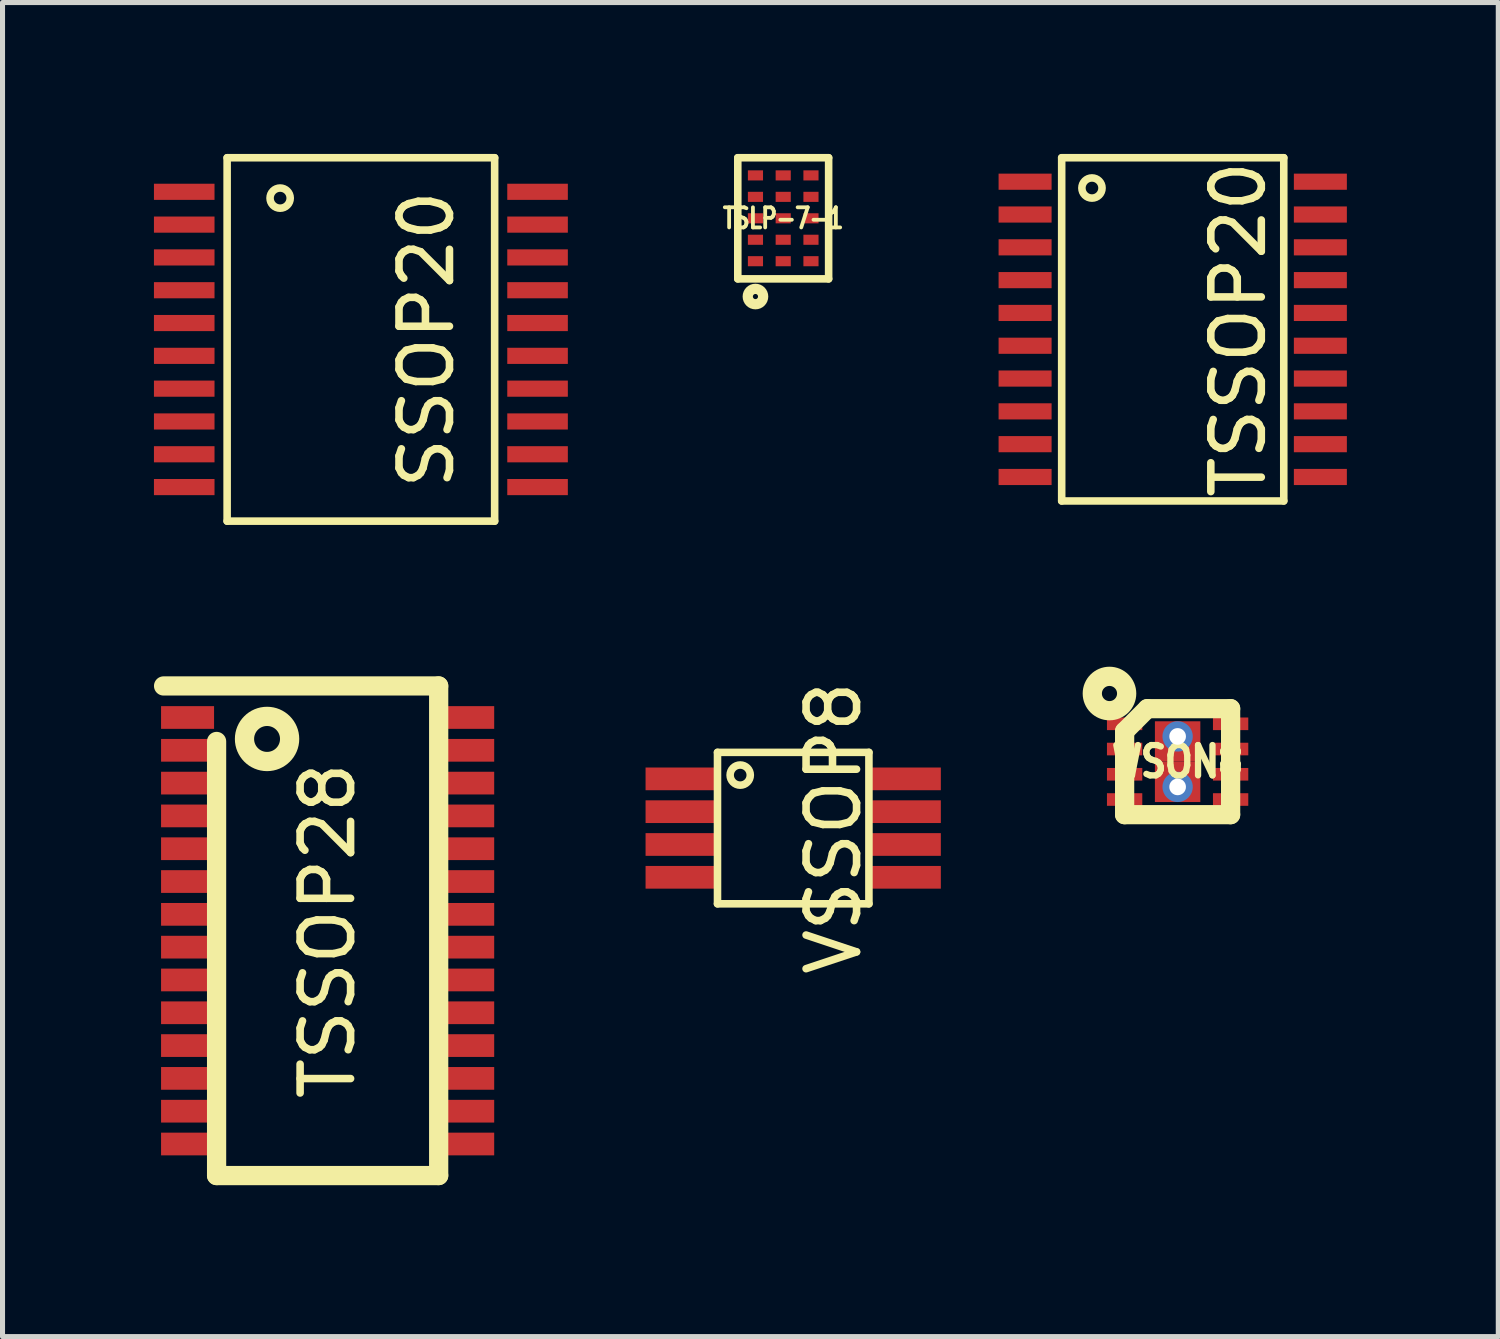
<source format=kicad_pcb>
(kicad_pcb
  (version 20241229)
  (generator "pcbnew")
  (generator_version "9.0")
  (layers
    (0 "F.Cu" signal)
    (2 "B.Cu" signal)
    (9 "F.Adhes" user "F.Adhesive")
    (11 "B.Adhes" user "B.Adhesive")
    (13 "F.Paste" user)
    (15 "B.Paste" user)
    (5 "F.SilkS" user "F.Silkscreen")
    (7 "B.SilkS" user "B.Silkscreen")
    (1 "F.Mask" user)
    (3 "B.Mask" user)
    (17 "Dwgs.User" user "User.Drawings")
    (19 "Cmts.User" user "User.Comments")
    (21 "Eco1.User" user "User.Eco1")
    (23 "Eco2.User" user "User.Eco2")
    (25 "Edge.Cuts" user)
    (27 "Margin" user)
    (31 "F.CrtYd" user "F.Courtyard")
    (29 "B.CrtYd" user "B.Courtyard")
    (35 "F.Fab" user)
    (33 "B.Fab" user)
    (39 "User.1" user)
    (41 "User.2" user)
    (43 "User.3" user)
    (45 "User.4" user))
  (footprint "WSON8"
    (layer "F.Cu")
    (at 20.281 12.04)
    (property "Reference" "WSON8" (at 0 0 0) (layer "F.SilkS") (effects (font (size 0.6 0.5) (thickness 0.125))))
    (attr through_hole)
    (fp_line (start -1.05 -0.6) (end -0.6 -1.05) (stroke (width 0.381) (type solid)) (layer "F.SilkS"))
    (fp_line (start -1.05 1.05) (end -1.05 -0.6) (stroke (width 0.381) (type solid)) (layer "F.SilkS"))
    (fp_line (start -0.6 -1.05) (end 1.05 -1.05) (stroke (width 0.381) (type solid)) (layer "F.SilkS"))
    (fp_line (start 1.05 -1.05) (end 1.05 1.05) (stroke (width 0.381) (type solid)) (layer "F.SilkS"))
    (fp_line (start 1.05 1.05) (end -1.05 1.05) (stroke (width 0.381) (type solid)) (layer "F.SilkS"))
    (fp_circle (center -1.35 -1.35) (end -1.2 -1.35) (stroke (width 0.381) (type solid)) (fill no) (layer "F.SilkS"))
    (pad "0" thru_hole circle (at 0 -0.5) (size 0.6 0.6) (drill 0.33) (layers "*.Cu" "*.Mask"))
    (pad "0" smd rect (at 0 -0.4) (size 0.9 0.8) (layers "F.Cu" "F.Mask" "F.Paste"))
    (pad "0" smd rect (at 0 0.4) (size 0.9 0.8) (layers "F.Cu" "F.Mask" "F.Paste"))
    (pad "0" thru_hole circle (at 0 0.5) (size 0.6 0.6) (drill 0.33) (layers "*.Cu" "*.Mask"))
    (pad "1" smd rect (at -1.05 -0.75) (size 0.7 0.25) (layers "F.Cu" "F.Mask" "F.Paste"))
    (pad "2" smd rect (at -1.05 -0.25) (size 0.7 0.25) (layers "F.Cu" "F.Mask" "F.Paste"))
    (pad "3" smd rect (at -1.05 0.25) (size 0.7 0.25) (layers "F.Cu" "F.Mask" "F.Paste"))
    (pad "4" smd rect (at -1.05 0.75) (size 0.7 0.25) (layers "F.Cu" "F.Mask" "F.Paste"))
    (pad "5" smd rect (at 1.05 0.75) (size 0.7 0.25) (layers "F.Cu" "F.Mask" "F.Paste"))
    (pad "6" smd rect (at 1.05 0.25) (size 0.7 0.25) (layers "F.Cu" "F.Mask" "F.Paste"))
    (pad "7" smd rect (at 1.05 -0.25) (size 0.7 0.25) (layers "F.Cu" "F.Mask" "F.Paste"))
    (pad "8" smd rect (at 1.05 -0.75) (size 0.7 0.25) (layers "F.Cu" "F.Mask" "F.Paste")))
  (footprint "TSSOP28"
    (layer "F.Cu")
    (at 3.441 15.39)
    (property "Reference" "TSSOP28" (at 0 0 90) (layer "F.SilkS") (effects (font (size 1 1) (thickness 0.15))))
    (attr through_hole)
    (fp_line (start -2.2 4.85) (end -2.2 -3.75) (stroke (width 0.381) (type solid)) (layer "F.SilkS"))
    (fp_line (start 2.2 -4.85) (end -3.25 -4.85) (stroke (width 0.381) (type solid)) (layer "F.SilkS"))
    (fp_line (start 2.2 -4.85) (end 2.2 4.85) (stroke (width 0.381) (type solid)) (layer "F.SilkS"))
    (fp_line (start 2.2 4.85) (end -2.2 4.85) (stroke (width 0.381) (type solid)) (layer "F.SilkS"))
    (fp_circle (center -1.2 -3.8) (end -0.8 -3.6) (stroke (width 0.381) (type solid)) (fill no) (layer "F.SilkS"))
    (pad "1" smd rect (at -2.775 -4.225) (size 1.05 0.45) (layers "F.Cu" "F.Mask" "F.Paste"))
    (pad "2" smd rect (at -2.775 -3.575) (size 1.05 0.45) (layers "F.Cu" "F.Mask" "F.Paste"))
    (pad "3" smd rect (at -2.775 -2.925) (size 1.05 0.45) (layers "F.Cu" "F.Mask" "F.Paste"))
    (pad "4" smd rect (at -2.775 -2.275) (size 1.05 0.45) (layers "F.Cu" "F.Mask" "F.Paste"))
    (pad "5" smd rect (at -2.775 -1.625) (size 1.05 0.45) (layers "F.Cu" "F.Mask" "F.Paste"))
    (pad "6" smd rect (at -2.775 -0.975) (size 1.05 0.45) (layers "F.Cu" "F.Mask" "F.Paste"))
    (pad "7" smd rect (at -2.775 -0.325) (size 1.05 0.45) (layers "F.Cu" "F.Mask" "F.Paste"))
    (pad "8" smd rect (at -2.775 0.325) (size 1.05 0.45) (layers "F.Cu" "F.Mask" "F.Paste"))
    (pad "9" smd rect (at -2.775 0.975) (size 1.05 0.45) (layers "F.Cu" "F.Mask" "F.Paste"))
    (pad "10" smd rect (at -2.775 1.625) (size 1.05 0.45) (layers "F.Cu" "F.Mask" "F.Paste"))
    (pad "11" smd rect (at -2.775 2.275) (size 1.05 0.45) (layers "F.Cu" "F.Mask" "F.Paste"))
    (pad "12" smd rect (at -2.775 2.925) (size 1.05 0.45) (layers "F.Cu" "F.Mask" "F.Paste"))
    (pad "13" smd rect (at -2.775 3.575) (size 1.05 0.45) (layers "F.Cu" "F.Mask" "F.Paste"))
    (pad "14" smd rect (at -2.775 4.225) (size 1.05 0.45) (layers "F.Cu" "F.Mask" "F.Paste"))
    (pad "15" smd rect (at 2.775 4.225) (size 1.05 0.45) (layers "F.Cu" "F.Mask" "F.Paste"))
    (pad "16" smd rect (at 2.775 3.575) (size 1.05 0.45) (layers "F.Cu" "F.Mask" "F.Paste"))
    (pad "17" smd rect (at 2.775 2.925) (size 1.05 0.45) (layers "F.Cu" "F.Mask" "F.Paste"))
    (pad "18" smd rect (at 2.775 2.275) (size 1.05 0.45) (layers "F.Cu" "F.Mask" "F.Paste"))
    (pad "19" smd rect (at 2.775 1.625) (size 1.05 0.45) (layers "F.Cu" "F.Mask" "F.Paste"))
    (pad "20" smd rect (at 2.775 0.975) (size 1.05 0.45) (layers "F.Cu" "F.Mask" "F.Paste"))
    (pad "21" smd rect (at 2.775 0.325) (size 1.05 0.45) (layers "F.Cu" "F.Mask" "F.Paste"))
    (pad "22" smd rect (at 2.775 -0.325) (size 1.05 0.45) (layers "F.Cu" "F.Mask" "F.Paste"))
    (pad "23" smd rect (at 2.775 -0.975) (size 1.05 0.45) (layers "F.Cu" "F.Mask" "F.Paste"))
    (pad "24" smd rect (at 2.775 -1.625) (size 1.05 0.45) (layers "F.Cu" "F.Mask" "F.Paste"))
    (pad "25" smd rect (at 2.775 -2.275) (size 1.05 0.45) (layers "F.Cu" "F.Mask" "F.Paste"))
    (pad "26" smd rect (at 2.775 -2.925) (size 1.05 0.45) (layers "F.Cu" "F.Mask" "F.Paste"))
    (pad "27" smd rect (at 2.775 -3.575) (size 1.05 0.45) (layers "F.Cu" "F.Mask" "F.Paste"))
    (pad "28" smd rect (at 2.775 -4.225) (size 1.05 0.45) (layers "F.Cu" "F.Mask" "F.Paste")))
  (footprint "VSSOP8"
    (layer "F.Cu")
    (at 12.665 13.356)
    (property "Reference" "VSSOP8" (at 0.8 0 90) (layer "F.SilkS") (effects (font (size 1 1) (thickness 0.15))))
    (attr through_hole)
    (fp_line (start -1.5 -1.5) (end 1.5 -1.5) (stroke (width 0.15) (type solid)) (layer "F.SilkS"))
    (fp_line (start -1.5 1.5) (end -1.5 -1.5) (stroke (width 0.15) (type solid)) (layer "F.SilkS"))
    (fp_line (start 1.5 -1.5) (end 1.5 1.5) (stroke (width 0.15) (type solid)) (layer "F.SilkS"))
    (fp_line (start 1.5 1.5) (end -1.5 1.5) (stroke (width 0.15) (type solid)) (layer "F.SilkS"))
    (fp_circle (center -1.05 -1.05) (end -1.05 -1.25) (stroke (width 0.15) (type solid)) (fill no) (layer "F.SilkS"))
    (pad "1" smd rect (at -2.2 -0.975) (size 1.45 0.45) (layers "F.Cu" "F.Mask" "F.Paste"))
    (pad "2" smd rect (at -2.2 -0.325) (size 1.45 0.45) (layers "F.Cu" "F.Mask" "F.Paste"))
    (pad "3" smd rect (at -2.2 0.325) (size 1.45 0.45) (layers "F.Cu" "F.Mask" "F.Paste"))
    (pad "4" smd rect (at -2.2 0.975) (size 1.45 0.45) (layers "F.Cu" "F.Mask" "F.Paste"))
    (pad "5" smd rect (at 2.2 -0.975) (size 1.45 0.45) (layers "F.Cu" "F.Mask" "F.Paste"))
    (pad "6" smd rect (at 2.2 -0.325) (size 1.45 0.45) (layers "F.Cu" "F.Mask" "F.Paste"))
    (pad "7" smd rect (at 2.2 0.325) (size 1.45 0.45) (layers "F.Cu" "F.Mask" "F.Paste"))
    (pad "8" smd rect (at 2.2 0.975) (size 1.45 0.45) (layers "F.Cu" "F.Mask" "F.Paste")))
  (footprint "TSSOP20"
    (layer "F.Cu")
    (at 20.184 3.475)
    (property "Reference" "TSSOP20" (at 1.3 0 90) (layer "F.SilkS") (effects (font (size 1 1) (thickness 0.15))))
    (attr through_hole)
    (fp_line (start -2.2 -3.4) (end 2.2 -3.4) (stroke (width 0.15) (type solid)) (layer "F.SilkS"))
    (fp_line (start -2.2 3.4) (end -2.2 -3.4) (stroke (width 0.15) (type solid)) (layer "F.SilkS"))
    (fp_line (start 2.2 -3.4) (end 2.2 3.4) (stroke (width 0.15) (type solid)) (layer "F.SilkS"))
    (fp_line (start 2.2 3.4) (end -2.2 3.4) (stroke (width 0.15) (type solid)) (layer "F.SilkS"))
    (fp_circle (center -1.6 -2.8) (end -1.6 -3) (stroke (width 0.15) (type solid)) (fill no) (layer "F.SilkS"))
    (pad "1" smd rect (at -2.925 -2.925) (size 1.05 0.32) (layers "F.Cu" "F.Mask" "F.Paste"))
    (pad "2" smd rect (at -2.925 -2.275) (size 1.05 0.32) (layers "F.Cu" "F.Mask" "F.Paste"))
    (pad "3" smd rect (at -2.925 -1.625) (size 1.05 0.32) (layers "F.Cu" "F.Mask" "F.Paste"))
    (pad "4" smd rect (at -2.925 -0.975) (size 1.05 0.32) (layers "F.Cu" "F.Mask" "F.Paste"))
    (pad "5" smd rect (at -2.925 -0.325) (size 1.05 0.32) (layers "F.Cu" "F.Mask" "F.Paste"))
    (pad "6" smd rect (at -2.925 0.325) (size 1.05 0.32) (layers "F.Cu" "F.Mask" "F.Paste"))
    (pad "7" smd rect (at -2.925 0.975) (size 1.05 0.32) (layers "F.Cu" "F.Mask" "F.Paste"))
    (pad "8" smd rect (at -2.925 1.625) (size 1.05 0.32) (layers "F.Cu" "F.Mask" "F.Paste"))
    (pad "9" smd rect (at -2.925 2.275) (size 1.05 0.32) (layers "F.Cu" "F.Mask" "F.Paste"))
    (pad "10" smd rect (at -2.925 2.925) (size 1.05 0.32) (layers "F.Cu" "F.Mask" "F.Paste"))
    (pad "11" smd rect (at 2.925 2.925) (size 1.05 0.32) (layers "F.Cu" "F.Mask" "F.Paste"))
    (pad "12" smd rect (at 2.925 2.275) (size 1.05 0.32) (layers "F.Cu" "F.Mask" "F.Paste"))
    (pad "13" smd rect (at 2.925 1.625) (size 1.05 0.32) (layers "F.Cu" "F.Mask" "F.Paste"))
    (pad "14" smd rect (at 2.925 0.975) (size 1.05 0.32) (layers "F.Cu" "F.Mask" "F.Paste"))
    (pad "15" smd rect (at 2.925 0.325) (size 1.05 0.32) (layers "F.Cu" "F.Mask" "F.Paste"))
    (pad "16" smd rect (at 2.925 -0.325) (size 1.05 0.32) (layers "F.Cu" "F.Mask" "F.Paste"))
    (pad "17" smd rect (at 2.925 -0.975) (size 1.05 0.32) (layers "F.Cu" "F.Mask" "F.Paste"))
    (pad "18" smd rect (at 2.925 -1.625) (size 1.05 0.32) (layers "F.Cu" "F.Mask" "F.Paste"))
    (pad "19" smd rect (at 2.925 -2.275) (size 1.05 0.32) (layers "F.Cu" "F.Mask" "F.Paste"))
    (pad "20" smd rect (at 2.925 -2.925) (size 1.05 0.32) (layers "F.Cu" "F.Mask" "F.Paste")))
  (footprint "TSLP-7-1"
    (layer "F.Cu")
    (at 12.467 1.275)
    (property "Reference" "TSLP-7-1" (at 0 0 0) (layer "F.SilkS") (effects (font (size 0.399 0.3) (thickness 0.075))))
    (attr through_hole)
    (fp_line (start -0.9 -1.2) (end 0.9 -1.2) (stroke (width 0.15) (type solid)) (layer "F.SilkS"))
    (fp_line (start -0.9 1.2) (end -0.9 -1.2) (stroke (width 0.15) (type solid)) (layer "F.SilkS"))
    (fp_line (start 0.9 -1.2) (end 0.9 1.2) (stroke (width 0.15) (type solid)) (layer "F.SilkS"))
    (fp_line (start 0.9 1.2) (end -0.9 1.2) (stroke (width 0.15) (type solid)) (layer "F.SilkS"))
    (fp_circle (center -0.55 1.55) (end -0.499 1.55) (stroke (width 0.203) (type solid)) (fill no) (layer "F.SilkS"))
    (pad "1" smd rect (at -0.55 0.85) (size 0.3 0.2) (layers "F.Cu" "F.Mask" "F.Paste"))
    (pad "2" smd rect (at 0 0.85) (size 0.3 0.2) (layers "F.Cu" "F.Mask" "F.Paste"))
    (pad "3" smd rect (at 0.55 0.85) (size 0.3 0.2) (layers "F.Cu" "F.Mask" "F.Paste"))
    (pad "4" smd rect (at 0.55 -0.85) (size 0.3 0.2) (layers "F.Cu" "F.Mask" "F.Paste"))
    (pad "5" smd rect (at 0 -0.85) (size 0.3 0.2) (layers "F.Cu" "F.Mask" "F.Paste"))
    (pad "6" smd rect (at -0.55 -0.85) (size 0.3 0.2) (layers "F.Cu" "F.Mask" "F.Paste"))
    (pad "7" smd rect (at -0.55 -0.425) (size 0.3 0.2) (layers "F.Cu" "F.Mask" "F.Paste"))
    (pad "7" smd rect (at -0.55 0) (size 0.3 0.2) (layers "F.Cu" "F.Mask" "F.Paste"))
    (pad "7" smd rect (at -0.55 0.425) (size 0.3 0.2) (layers "F.Cu" "F.Mask" "F.Paste"))
    (pad "7" smd rect (at 0 -0.425) (size 0.3 0.2) (layers "F.Cu" "F.Mask" "F.Paste"))
    (pad "7" smd rect (at 0 0) (size 0.3 0.2) (layers "F.Cu" "F.Mask" "F.Paste"))
    (pad "7" smd rect (at 0 0.425) (size 0.3 0.2) (layers "F.Cu" "F.Mask" "F.Paste"))
    (pad "7" smd rect (at 0.55 -0.425) (size 0.3 0.2) (layers "F.Cu" "F.Mask" "F.Paste"))
    (pad "7" smd rect (at 0.55 0) (size 0.3 0.2) (layers "F.Cu" "F.Mask" "F.Paste"))
    (pad "7" smd rect (at 0.55 0.425) (size 0.3 0.2) (layers "F.Cu" "F.Mask" "F.Paste")))
  (footprint "SSOP20"
    (layer "F.Cu")
    (at 4.1 3.675)
    (property "Reference" "SSOP20" (at 1.3 0 90) (layer "F.SilkS") (effects (font (size 1 1) (thickness 0.15))))
    (attr through_hole)
    (fp_line (start -2.65 -3.6) (end 2.65 -3.6) (stroke (width 0.15) (type solid)) (layer "F.SilkS"))
    (fp_line (start -2.65 3.6) (end -2.65 -3.6) (stroke (width 0.15) (type solid)) (layer "F.SilkS"))
    (fp_line (start 2.65 -3.6) (end 2.65 3.6) (stroke (width 0.15) (type solid)) (layer "F.SilkS"))
    (fp_line (start 2.65 3.6) (end -2.65 3.6) (stroke (width 0.15) (type solid)) (layer "F.SilkS"))
    (fp_circle (center -1.6 -2.8) (end -1.6 -3) (stroke (width 0.15) (type solid)) (fill no) (layer "F.SilkS"))
    (pad "1" smd rect (at -3.5 -2.925) (size 1.2 0.32) (layers "F.Cu" "F.Mask" "F.Paste"))
    (pad "2" smd rect (at -3.5 -2.275) (size 1.2 0.32) (layers "F.Cu" "F.Mask" "F.Paste"))
    (pad "3" smd rect (at -3.5 -1.625) (size 1.2 0.32) (layers "F.Cu" "F.Mask" "F.Paste"))
    (pad "4" smd rect (at -3.5 -0.975) (size 1.2 0.32) (layers "F.Cu" "F.Mask" "F.Paste"))
    (pad "5" smd rect (at -3.5 -0.325) (size 1.2 0.32) (layers "F.Cu" "F.Mask" "F.Paste"))
    (pad "6" smd rect (at -3.5 0.325) (size 1.2 0.32) (layers "F.Cu" "F.Mask" "F.Paste"))
    (pad "7" smd rect (at -3.5 0.975) (size 1.2 0.32) (layers "F.Cu" "F.Mask" "F.Paste"))
    (pad "8" smd rect (at -3.5 1.625) (size 1.2 0.32) (layers "F.Cu" "F.Mask" "F.Paste"))
    (pad "9" smd rect (at -3.5 2.275) (size 1.2 0.32) (layers "F.Cu" "F.Mask" "F.Paste"))
    (pad "10" smd rect (at -3.5 2.925) (size 1.2 0.32) (layers "F.Cu" "F.Mask" "F.Paste"))
    (pad "11" smd rect (at 3.5 2.925) (size 1.2 0.32) (layers "F.Cu" "F.Mask" "F.Paste"))
    (pad "12" smd rect (at 3.5 2.275) (size 1.2 0.32) (layers "F.Cu" "F.Mask" "F.Paste"))
    (pad "13" smd rect (at 3.5 1.625) (size 1.2 0.32) (layers "F.Cu" "F.Mask" "F.Paste"))
    (pad "14" smd rect (at 3.5 0.975) (size 1.2 0.32) (layers "F.Cu" "F.Mask" "F.Paste"))
    (pad "15" smd rect (at 3.5 0.325) (size 1.2 0.32) (layers "F.Cu" "F.Mask" "F.Paste"))
    (pad "16" smd rect (at 3.5 -0.325) (size 1.2 0.32) (layers "F.Cu" "F.Mask" "F.Paste"))
    (pad "17" smd rect (at 3.5 -0.975) (size 1.2 0.32) (layers "F.Cu" "F.Mask" "F.Paste"))
    (pad "18" smd rect (at 3.5 -1.625) (size 1.2 0.32) (layers "F.Cu" "F.Mask" "F.Paste"))
    (pad "19" smd rect (at 3.5 -2.275) (size 1.2 0.32) (layers "F.Cu" "F.Mask" "F.Paste"))
    (pad "20" smd rect (at 3.5 -2.925) (size 1.2 0.32) (layers "F.Cu" "F.Mask" "F.Paste")))
  (gr_rect
    (start -3 -3)
    (end 26.634 23.431)
    (stroke (width 0.1) (type default))
    (fill no)
    (layer "Edge.Cuts")))
</source>
